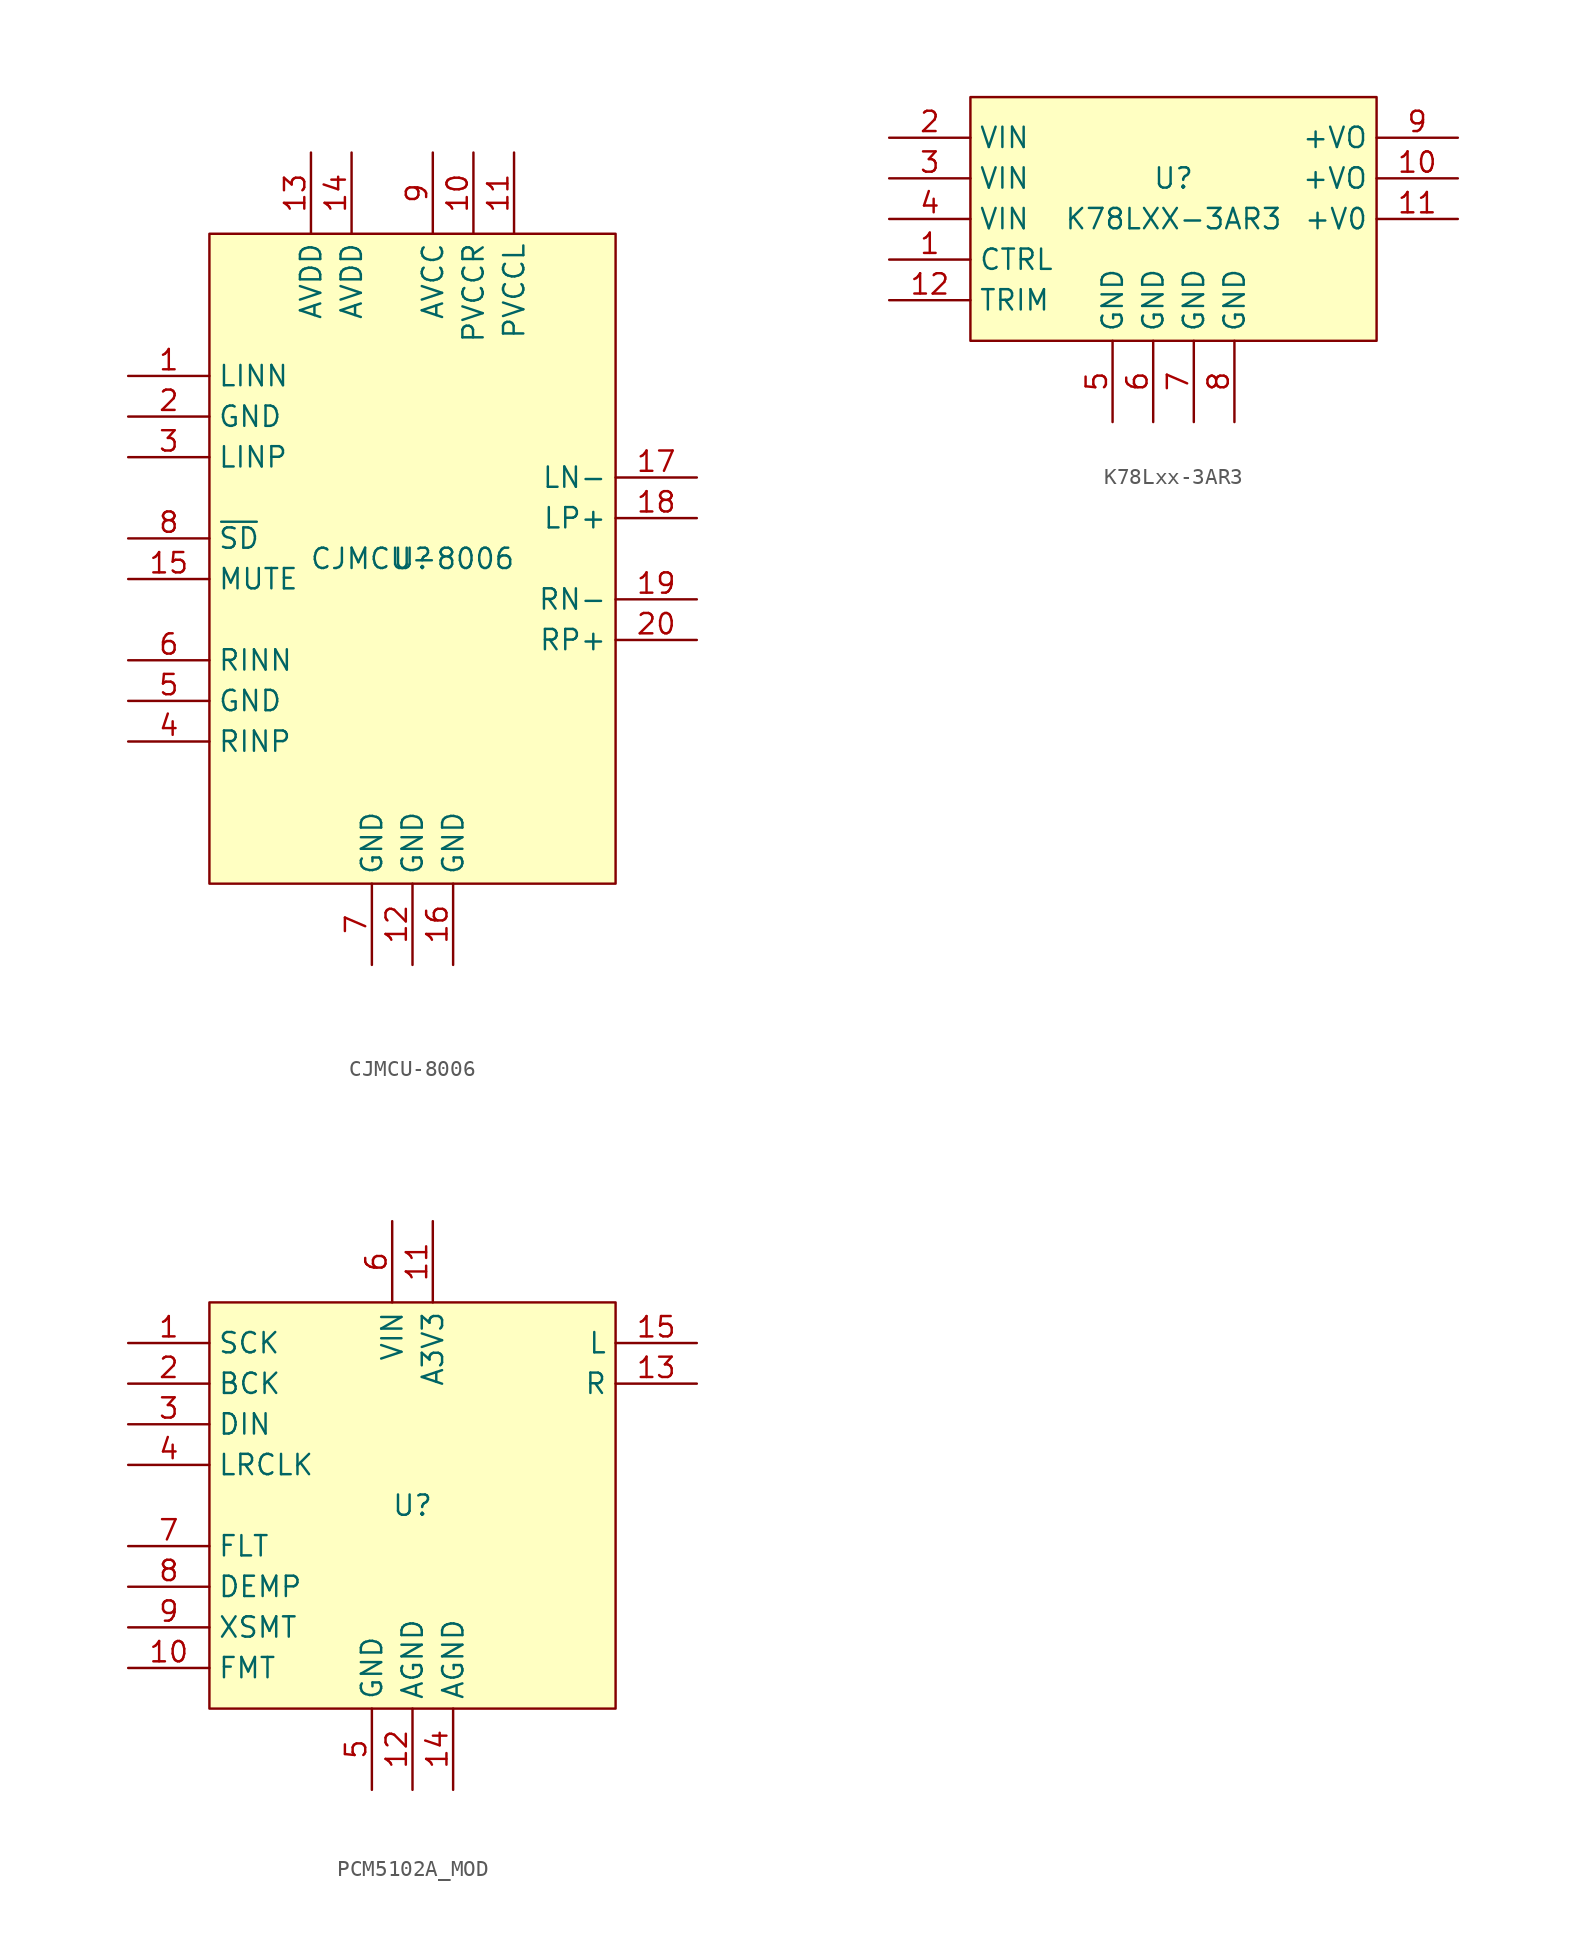
<source format=kicad_sym>
(kicad_symbol_lib
  (version 20220914)
  (generator kicad_symbol_editor)
  (symbol "CJMCU-8006"
    (property "Reference" "U"
      (at 0 0 0)
      (effects (font (size 1.27 1.27))))
    (property "Value" "CJMCU-8006"
      (at 0 0 0)
      (effects (font (size 1.27 1.27))))
    (symbol "CJMCU-8006_1_1"
      (rectangle (start -12.7 20.32) (end 12.7 -20.32) (stroke (width 0) (type default)) (fill (type background)))
      (pin input line (at -17.78 11.43 0) (length 5.08) (name "LINN" (effects (font (size 1.27 1.27)))) (number "1" (effects (font (size 1.27 1.27)))))
      (pin power_in line (at 3.81 25.4 270) (length 5.08) (name "PVCCR" (effects (font (size 1.27 1.27)))) (number "10" (effects (font (size 1.27 1.27)))))
      (pin power_in line (at 6.35 25.4 270) (length 5.08) (name "PVCCL" (effects (font (size 1.27 1.27)))) (number "11" (effects (font (size 1.27 1.27)))))
      (pin power_in line (at 0 -25.4 90) (length 5.08) (name "GND" (effects (font (size 1.27 1.27)))) (number "12" (effects (font (size 1.27 1.27)))))
      (pin power_in line (at -6.35 25.4 270) (length 5.08) (name "AVDD" (effects (font (size 1.27 1.27)))) (number "13" (effects (font (size 1.27 1.27)))))
      (pin power_in line (at -3.81 25.4 270) (length 5.08) (name "AVDD" (effects (font (size 1.27 1.27)))) (number "14" (effects (font (size 1.27 1.27)))))
      (pin input line (at -17.78 -1.27 0) (length 5.08) (name "MUTE" (effects (font (size 1.27 1.27)))) (number "15" (effects (font (size 1.27 1.27)))))
      (pin power_in line (at 2.54 -25.4 90) (length 5.08) (name "GND" (effects (font (size 1.27 1.27)))) (number "16" (effects (font (size 1.27 1.27)))))
      (pin power_out line (at 17.78 5.08 180) (length 5.08) (name "LN-" (effects (font (size 1.27 1.27)))) (number "17" (effects (font (size 1.27 1.27)))))
      (pin power_out line (at 17.78 2.54 180) (length 5.08) (name "LP+" (effects (font (size 1.27 1.27)))) (number "18" (effects (font (size 1.27 1.27)))))
      (pin power_out line (at 17.78 -2.54 180) (length 5.08) (name "RN-" (effects (font (size 1.27 1.27)))) (number "19" (effects (font (size 1.27 1.27)))))
      (pin power_in line (at -17.78 8.89 0) (length 5.08) (name "GND" (effects (font (size 1.27 1.27)))) (number "2" (effects (font (size 1.27 1.27)))))
      (pin power_out line (at 17.78 -5.08 180) (length 5.08) (name "RP+" (effects (font (size 1.27 1.27)))) (number "20" (effects (font (size 1.27 1.27)))))
      (pin input line (at -17.78 6.35 0) (length 5.08) (name "LINP" (effects (font (size 1.27 1.27)))) (number "3" (effects (font (size 1.27 1.27)))))
      (pin input line (at -17.78 -11.43 0) (length 5.08) (name "RINP" (effects (font (size 1.27 1.27)))) (number "4" (effects (font (size 1.27 1.27)))))
      (pin power_in line (at -17.78 -8.89 0) (length 5.08) (name "GND" (effects (font (size 1.27 1.27)))) (number "5" (effects (font (size 1.27 1.27)))))
      (pin input line (at -17.78 -6.35 0) (length 5.08) (name "RINN" (effects (font (size 1.27 1.27)))) (number "6" (effects (font (size 1.27 1.27)))))
      (pin power_in line (at -2.54 -25.4 90) (length 5.08) (name "GND" (effects (font (size 1.27 1.27)))) (number "7" (effects (font (size 1.27 1.27)))))
      (pin input line (at -17.78 1.27 0) (length 5.08) (name "~{SD}" (effects (font (size 1.27 1.27)))) (number "8" (effects (font (size 1.27 1.27)))))
      (pin power_in line (at 1.27 25.4 270) (length 5.08) (name "AVCC" (effects (font (size 1.27 1.27)))) (number "9" (effects (font (size 1.27 1.27)))))))
  (symbol "K78Lxx-3AR3"
    (property "Reference" "U"
      (at 0 2.54 0)
      (effects (font (size 1.27 1.27))))
    (property "Value" "K78LXX-3AR3"
      (at 0 0 0)
      (effects (font (size 1.27 1.27))))
    (symbol "K78Lxx-3AR3_1_1"
      (rectangle (start -12.7 7.62) (end 12.7 -7.62) (stroke (width 0) (type default)) (fill (type background)))
      (pin input line (at -17.78 -2.54 0) (length 5.08) (name "CTRL" (effects (font (size 1.27 1.27)))) (number "1" (effects (font (size 1.27 1.27)))))
      (pin power_out line (at 17.78 2.54 180) (length 5.08) (name "+VO" (effects (font (size 1.27 1.27)))) (number "10" (effects (font (size 1.27 1.27)))))
      (pin power_out line (at 17.78 0 180) (length 5.08) (name "+V0" (effects (font (size 1.27 1.27)))) (number "11" (effects (font (size 1.27 1.27)))))
      (pin input line (at -17.78 -5.08 0) (length 5.08) (name "TRIM" (effects (font (size 1.27 1.27)))) (number "12" (effects (font (size 1.27 1.27)))))
      (pin power_in line (at -17.78 5.08 0) (length 5.08) (name "VIN" (effects (font (size 1.27 1.27)))) (number "2" (effects (font (size 1.27 1.27)))))
      (pin power_in line (at -17.78 2.54 0) (length 5.08) (name "VIN" (effects (font (size 1.27 1.27)))) (number "3" (effects (font (size 1.27 1.27)))))
      (pin power_in line (at -17.78 0 0) (length 5.08) (name "VIN" (effects (font (size 1.27 1.27)))) (number "4" (effects (font (size 1.27 1.27)))))
      (pin power_out line (at -3.81 -12.7 90) (length 5.08) (name "GND" (effects (font (size 1.27 1.27)))) (number "5" (effects (font (size 1.27 1.27)))))
      (pin power_out line (at -1.27 -12.7 90) (length 5.08) (name "GND" (effects (font (size 1.27 1.27)))) (number "6" (effects (font (size 1.27 1.27)))))
      (pin power_out line (at 1.27 -12.7 90) (length 5.08) (name "GND" (effects (font (size 1.27 1.27)))) (number "7" (effects (font (size 1.27 1.27)))))
      (pin power_out line (at 3.81 -12.7 90) (length 5.08) (name "GND" (effects (font (size 1.27 1.27)))) (number "8" (effects (font (size 1.27 1.27)))))
      (pin power_out line (at 17.78 5.08 180) (length 5.08) (name "+VO" (effects (font (size 1.27 1.27)))) (number "9" (effects (font (size 1.27 1.27)))))))
  (symbol "PCM5102A_MOD"
    (property "Reference" "U"
      (at 0 0 0)
      (effects (font (size 1.27 1.27))))
    (property "Value" ""
      (at 0 0 0)
      (effects (font (size 1.27 1.27))))
    (symbol "PCM5102A_MOD_1_1"
      (rectangle (start -12.7 12.7) (end 12.7 -12.7) (stroke (width 0) (type default)) (fill (type background)))
      (pin input line (at -17.78 10.16 0) (length 5.08) (name "SCK" (effects (font (size 1.27 1.27)))) (number "1" (effects (font (size 1.27 1.27)))))
      (pin bidirectional line (at -17.78 -10.16 0) (length 5.08) (name "FMT" (effects (font (size 1.27 1.27)))) (number "10" (effects (font (size 1.27 1.27)))))
      (pin power_out line (at 1.27 17.78 270) (length 5.08) (name "A3V3" (effects (font (size 1.27 1.27)))) (number "11" (effects (font (size 1.27 1.27)))))
      (pin power_out line (at 0 -17.78 90) (length 5.08) (name "AGND" (effects (font (size 1.27 1.27)))) (number "12" (effects (font (size 1.27 1.27)))))
      (pin output line (at 17.78 7.62 180) (length 5.08) (name "R" (effects (font (size 1.27 1.27)))) (number "13" (effects (font (size 1.27 1.27)))))
      (pin output line (at 2.54 -17.78 90) (length 5.08) (name "AGND" (effects (font (size 1.27 1.27)))) (number "14" (effects (font (size 1.27 1.27)))))
      (pin output line (at 17.78 10.16 180) (length 5.08) (name "L" (effects (font (size 1.27 1.27)))) (number "15" (effects (font (size 1.27 1.27)))))
      (pin input line (at -17.78 7.62 0) (length 5.08) (name "BCK" (effects (font (size 1.27 1.27)))) (number "2" (effects (font (size 1.27 1.27)))))
      (pin input line (at -17.78 5.08 0) (length 5.08) (name "DIN" (effects (font (size 1.27 1.27)))) (number "3" (effects (font (size 1.27 1.27)))))
      (pin input line (at -17.78 2.54 0) (length 5.08) (name "LRCLK" (effects (font (size 1.27 1.27)))) (number "4" (effects (font (size 1.27 1.27)))))
      (pin power_in line (at -2.54 -17.78 90) (length 5.08) (name "GND" (effects (font (size 1.27 1.27)))) (number "5" (effects (font (size 1.27 1.27)))))
      (pin power_in line (at -1.27 17.78 270) (length 5.08) (name "VIN" (effects (font (size 1.27 1.27)))) (number "6" (effects (font (size 1.27 1.27)))))
      (pin bidirectional line (at -17.78 -2.54 0) (length 5.08) (name "FLT" (effects (font (size 1.27 1.27)))) (number "7" (effects (font (size 1.27 1.27)))))
      (pin bidirectional line (at -17.78 -5.08 0) (length 5.08) (name "DEMP" (effects (font (size 1.27 1.27)))) (number "8" (effects (font (size 1.27 1.27)))))
      (pin bidirectional line (at -17.78 -7.62 0) (length 5.08) (name "XSMT" (effects (font (size 1.27 1.27)))) (number "9" (effects (font (size 1.27 1.27))))))))
</source>
